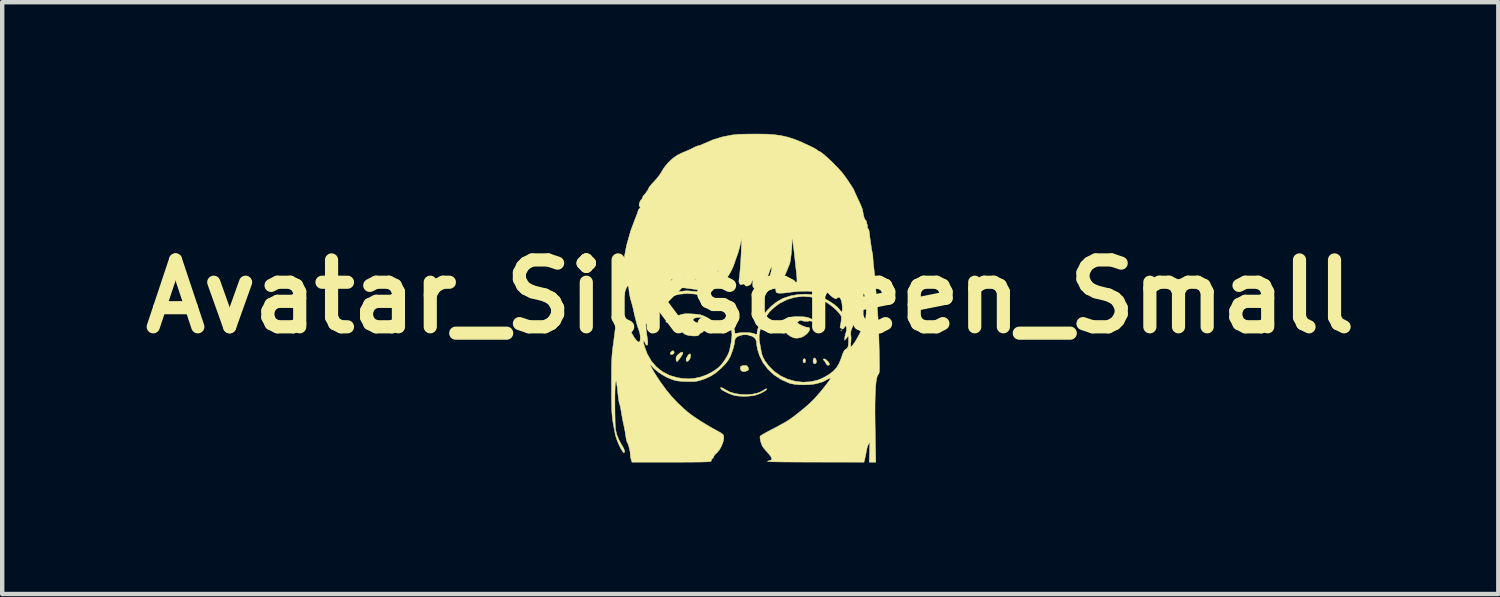
<source format=kicad_pcb>
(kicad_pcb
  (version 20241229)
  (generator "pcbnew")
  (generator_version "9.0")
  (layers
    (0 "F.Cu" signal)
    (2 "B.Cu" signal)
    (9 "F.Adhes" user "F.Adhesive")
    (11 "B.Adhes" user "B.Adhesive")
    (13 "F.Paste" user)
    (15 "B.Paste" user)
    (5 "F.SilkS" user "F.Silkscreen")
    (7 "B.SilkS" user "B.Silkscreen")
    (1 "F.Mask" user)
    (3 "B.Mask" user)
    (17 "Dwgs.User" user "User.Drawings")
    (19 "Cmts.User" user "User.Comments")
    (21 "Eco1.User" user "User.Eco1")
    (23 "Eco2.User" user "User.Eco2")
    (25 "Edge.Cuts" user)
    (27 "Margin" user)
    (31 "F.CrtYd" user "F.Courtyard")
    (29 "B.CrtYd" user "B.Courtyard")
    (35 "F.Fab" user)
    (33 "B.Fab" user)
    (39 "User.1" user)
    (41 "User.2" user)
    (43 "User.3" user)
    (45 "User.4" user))
  (footprint "Avatar_Silkscreen_Small"
    (layer "F.Cu")
    (at 14.05 3.709)
    (property "Reference" "Avatar_Silkscreen_Small" (at 0 0 0) (layer "F.SilkS") (effects (font (size 1.524 1.524) (thickness 0.3))))
    (attr through_hole)
    (fp_poly (pts (xy 2.081 0.767) (xy 2.073 0.776) (xy 2.064 0.767) (xy 2.073 0.758) (xy 2.081 0.767)) (stroke (width 0.01) (type solid)) (fill yes) (layer "F.SilkS"))
    (fp_poly (pts (xy 1.239 1.416) (xy 1.256 1.437) (xy 1.261 1.464) (xy 1.252 1.499) (xy 1.232 1.514) (xy 1.212 1.502) (xy 1.206 1.492) (xy 1.202 1.455) (xy 1.214 1.424) (xy 1.236 1.415) (xy 1.239 1.416)) (stroke (width 0.01) (type solid)) (fill yes) (layer "F.SilkS"))
    (fp_poly (pts (xy -1.742 1.249) (xy -1.734 1.263) (xy -1.738 1.293) (xy -1.762 1.315) (xy -1.795 1.323) (xy -1.823 1.31) (xy -1.825 1.307) (xy -1.821 1.284) (xy -1.8 1.256) (xy -1.772 1.237) (xy -1.762 1.235) (xy -1.742 1.249)) (stroke (width 0.01) (type solid)) (fill yes) (layer "F.SilkS"))
    (fp_poly (pts (xy 1.48 1.407) (xy 1.499 1.437) (xy 1.509 1.476) (xy 1.506 1.508) (xy 1.483 1.531) (xy 1.453 1.53) (xy 1.436 1.509) (xy 1.43 1.467) (xy 1.438 1.425) (xy 1.456 1.399) (xy 1.46 1.398) (xy 1.48 1.407)) (stroke (width 0.01) (type solid)) (fill yes) (layer "F.SilkS"))
    (fp_poly (pts (xy -1.361 1.32) (xy -1.359 1.355) (xy -1.368 1.399) (xy -1.387 1.438) (xy -1.419 1.473) (xy -1.446 1.479) (xy -1.462 1.458) (xy -1.464 1.44) (xy -1.454 1.401) (xy -1.431 1.358) (xy -1.402 1.321) (xy -1.376 1.305) (xy -1.375 1.305) (xy -1.361 1.32)) (stroke (width 0.01) (type solid)) (fill yes) (layer "F.SilkS"))
    (fp_poly (pts (xy 0.758 0.556) (xy 0.752 0.577) (xy 0.728 0.594) (xy 0.728 0.594) (xy 0.689 0.615) (xy 0.666 0.632) (xy 0.642 0.648) (xy 0.635 0.647) (xy 0.647 0.627) (xy 0.676 0.596) (xy 0.71 0.566) (xy 0.736 0.548) (xy 0.742 0.547) (xy 0.758 0.556)) (stroke (width 0.01) (type solid)) (fill yes) (layer "F.SilkS"))
    (fp_poly (pts (xy 1.7 1.423) (xy 1.735 1.446) (xy 1.77 1.48) (xy 1.797 1.515) (xy 1.805 1.543) (xy 1.805 1.546) (xy 1.784 1.568) (xy 1.755 1.562) (xy 1.728 1.53) (xy 1.724 1.521) (xy 1.7 1.479) (xy 1.678 1.453) (xy 1.662 1.434) (xy 1.675 1.421) (xy 1.7 1.423)) (stroke (width 0.01) (type solid)) (fill yes) (layer "F.SilkS"))
    (fp_poly (pts (xy -1.535 1.284) (xy -1.535 1.287) (xy -1.544 1.313) (xy -1.568 1.355) (xy -1.6 1.403) (xy -1.633 1.446) (xy -1.66 1.475) (xy -1.671 1.481) (xy -1.687 1.466) (xy -1.693 1.423) (xy -1.693 1.421) (xy -1.687 1.376) (xy -1.662 1.338) (xy -1.629 1.307) (xy -1.579 1.273) (xy -1.547 1.265) (xy -1.535 1.284)) (stroke (width 0.01) (type solid)) (fill yes) (layer "F.SilkS"))
    (fp_poly (pts (xy -0.069 1.583) (xy -0.051 1.611) (xy -0.049 1.615) (xy -0.037 1.651) (xy -0.047 1.675) (xy -0.061 1.686) (xy -0.11 1.707) (xy -0.163 1.709) (xy -0.205 1.692) (xy -0.211 1.685) (xy -0.226 1.648) (xy -0.226 1.619) (xy -0.217 1.593) (xy -0.191 1.579) (xy -0.146 1.573) (xy -0.096 1.572) (xy -0.069 1.583)) (stroke (width 0.01) (type solid)) (fill yes) (layer "F.SilkS"))
    (fp_poly (pts (xy -0.648 2.078) (xy -0.606 2.098) (xy -0.565 2.123) (xy -0.468 2.174) (xy -0.352 2.21) (xy -0.223 2.23) (xy -0.089 2.236) (xy 0.041 2.226) (xy 0.16 2.202) (xy 0.261 2.162) (xy 0.321 2.122) (xy 0.354 2.104) (xy 0.374 2.103) (xy 0.376 2.115) (xy 0.352 2.137) (xy 0.309 2.165) (xy 0.253 2.195) (xy 0.191 2.223) (xy 0.143 2.241) (xy 0.064 2.259) (xy -0.038 2.27) (xy -0.149 2.274) (xy -0.258 2.269) (xy -0.345 2.257) (xy -0.407 2.24) (xy -0.481 2.212) (xy -0.554 2.178) (xy -0.617 2.144) (xy -0.657 2.115) (xy -0.657 2.114) (xy -0.678 2.086) (xy -0.674 2.074) (xy -0.648 2.078)) (stroke (width 0.01) (type solid)) (fill yes) (layer "F.SilkS"))
    (fp_poly (pts (xy 1.17 0.459) (xy 1.244 0.465) (xy 1.3 0.474) (xy 1.313 0.478) (xy 1.441 0.53) (xy 1.544 0.574) (xy 1.618 0.61) (xy 1.663 0.637) (xy 1.676 0.652) (xy 1.662 0.668) (xy 1.632 0.668) (xy 1.6 0.655) (xy 1.587 0.644) (xy 1.559 0.621) (xy 1.545 0.617) (xy 1.517 0.61) (xy 1.472 0.592) (xy 1.448 0.581) (xy 1.394 0.56) (xy 1.352 0.555) (xy 1.343 0.557) (xy 1.303 0.565) (xy 1.251 0.565) (xy 1.203 0.558) (xy 1.175 0.547) (xy 1.149 0.542) (xy 1.113 0.554) (xy 1.084 0.575) (xy 1.076 0.592) (xy 1.091 0.613) (xy 1.13 0.638) (xy 1.182 0.664) (xy 1.237 0.686) (xy 1.285 0.7) (xy 1.309 0.701) (xy 1.342 0.707) (xy 1.355 0.738) (xy 1.355 0.738) (xy 1.345 0.779) (xy 1.312 0.826) (xy 1.262 0.873) (xy 1.203 0.912) (xy 1.153 0.933) (xy 1.071 0.949) (xy 1.002 0.943) (xy 0.926 0.913) (xy 0.922 0.911) (xy 0.851 0.861) (xy 0.795 0.797) (xy 0.759 0.726) (xy 0.746 0.656) (xy 0.76 0.596) (xy 0.79 0.553) (xy 0.829 0.511) (xy 0.867 0.482) (xy 0.887 0.475) (xy 0.92 0.47) (xy 0.953 0.465) (xy 1.012 0.458) (xy 1.088 0.457) (xy 1.17 0.459)) (stroke (width 0.01) (type solid)) (fill yes) (layer "F.SilkS"))
    (fp_poly (pts (xy -1.36 0.394) (xy -1.32 0.396) (xy -1.227 0.403) (xy -1.158 0.412) (xy -1.102 0.427) (xy -1.048 0.448) (xy -1.025 0.459) (xy -0.971 0.488) (xy -0.932 0.513) (xy -0.917 0.529) (xy -0.917 0.529) (xy -0.903 0.545) (xy -0.893 0.547) (xy -0.861 0.559) (xy -0.839 0.587) (xy -0.837 0.616) (xy -0.838 0.618) (xy -0.858 0.625) (xy -0.888 0.605) (xy -0.94 0.567) (xy -1.011 0.525) (xy -1.067 0.496) (xy -1.121 0.479) (xy -1.182 0.474) (xy -1.239 0.482) (xy -1.284 0.499) (xy -1.305 0.525) (xy -1.305 0.531) (xy -1.29 0.557) (xy -1.249 0.583) (xy -1.196 0.605) (xy -1.139 0.619) (xy -1.09 0.622) (xy -1.063 0.614) (xy -1.035 0.603) (xy -1.019 0.621) (xy -1.017 0.664) (xy -1.022 0.694) (xy -1.045 0.756) (xy -1.077 0.803) (xy -1.112 0.828) (xy -1.122 0.829) (xy -1.148 0.843) (xy -1.164 0.864) (xy -1.179 0.883) (xy -1.205 0.894) (xy -1.25 0.898) (xy -1.301 0.898) (xy -1.404 0.888) (xy -1.482 0.864) (xy -1.484 0.863) (xy -1.543 0.818) (xy -1.598 0.742) (xy -1.605 0.73) (xy -1.638 0.663) (xy -1.651 0.611) (xy -1.645 0.562) (xy -1.632 0.525) (xy -1.631 0.5) (xy -1.658 0.495) (xy -1.711 0.512) (xy -1.788 0.547) (xy -1.857 0.578) (xy -1.901 0.588) (xy -1.921 0.578) (xy -1.923 0.568) (xy -1.908 0.548) (xy -1.864 0.522) (xy -1.789 0.489) (xy -1.681 0.448) (xy -1.676 0.446) (xy -1.6 0.419) (xy -1.542 0.402) (xy -1.491 0.393) (xy -1.434 0.391) (xy -1.36 0.394)) (stroke (width 0.01) (type solid)) (fill yes) (layer "F.SilkS"))
    (fp_poly (pts (xy 0.385 -3.701) (xy 0.553 -3.689) (xy 0.707 -3.667) (xy 0.854 -3.634) (xy 1.003 -3.586) (xy 1.162 -3.522) (xy 1.34 -3.44) (xy 1.389 -3.416) (xy 1.453 -3.384) (xy 1.502 -3.356) (xy 1.531 -3.337) (xy 1.535 -3.332) (xy 1.549 -3.319) (xy 1.574 -3.309) (xy 1.607 -3.291) (xy 1.659 -3.252) (xy 1.725 -3.196) (xy 1.799 -3.128) (xy 1.878 -3.053) (xy 1.955 -2.975) (xy 2.027 -2.9) (xy 2.088 -2.832) (xy 2.123 -2.788) (xy 2.16 -2.737) (xy 2.204 -2.675) (xy 2.25 -2.607) (xy 2.293 -2.542) (xy 2.33 -2.485) (xy 2.355 -2.444) (xy 2.364 -2.425) (xy 2.371 -2.407) (xy 2.39 -2.364) (xy 2.418 -2.302) (xy 2.444 -2.245) (xy 2.487 -2.155) (xy 2.517 -2.089) (xy 2.537 -2.041) (xy 2.551 -2.002) (xy 2.56 -1.966) (xy 2.569 -1.924) (xy 2.576 -1.882) (xy 2.595 -1.8) (xy 2.618 -1.752) (xy 2.629 -1.742) (xy 2.65 -1.716) (xy 2.651 -1.699) (xy 2.653 -1.666) (xy 2.662 -1.651) (xy 2.673 -1.616) (xy 2.67 -1.597) (xy 2.671 -1.564) (xy 2.681 -1.552) (xy 2.7 -1.525) (xy 2.71 -1.488) (xy 2.719 -1.412) (xy 2.73 -1.325) (xy 2.743 -1.234) (xy 2.756 -1.146) (xy 2.768 -1.069) (xy 2.779 -1.01) (xy 2.786 -0.975) (xy 2.788 -0.97) (xy 2.791 -0.949) (xy 2.795 -0.904) (xy 2.798 -0.855) (xy 2.803 -0.786) (xy 2.809 -0.72) (xy 2.813 -0.688) (xy 2.82 -0.628) (xy 2.827 -0.561) (xy 2.835 -0.481) (xy 2.844 -0.383) (xy 2.854 -0.261) (xy 2.865 -0.123) (xy 2.881 0.073) (xy 2.894 0.241) (xy 2.905 0.388) (xy 2.914 0.519) (xy 2.92 0.641) (xy 2.926 0.761) (xy 2.93 0.886) (xy 2.934 1.022) (xy 2.938 1.176) (xy 2.939 1.21) (xy 2.942 1.361) (xy 2.944 1.481) (xy 2.945 1.573) (xy 2.945 1.642) (xy 2.943 1.692) (xy 2.94 1.726) (xy 2.934 1.748) (xy 2.927 1.763) (xy 2.918 1.774) (xy 2.917 1.775) (xy 2.897 1.81) (xy 2.88 1.872) (xy 2.866 1.963) (xy 2.856 2.083) (xy 2.849 2.233) (xy 2.844 2.414) (xy 2.843 2.628) (xy 2.845 2.875) (xy 2.848 3.054) (xy 2.861 3.775) (xy 2.712 3.775) (xy 2.72 3.524) (xy 2.722 3.423) (xy 2.722 3.355) (xy 2.72 3.321) (xy 2.714 3.318) (xy 2.711 3.325) (xy 2.695 3.368) (xy 2.68 3.395) (xy 2.67 3.421) (xy 2.658 3.47) (xy 2.646 3.528) (xy 2.633 3.6) (xy 2.618 3.669) (xy 2.609 3.709) (xy 2.592 3.775) (xy 1.459 3.773) (xy 1.225 3.773) (xy 1.024 3.772) (xy 0.854 3.771) (xy 0.715 3.77) (xy 0.603 3.768) (xy 0.517 3.766) (xy 0.455 3.764) (xy 0.414 3.761) (xy 0.395 3.757) (xy 0.393 3.753) (xy 0.4 3.751) (xy 0.448 3.736) (xy 0.48 3.722) (xy 0.485 3.719) (xy 0.491 3.691) (xy 0.469 3.645) (xy 0.419 3.581) (xy 0.387 3.546) (xy 0.339 3.492) (xy 0.298 3.441) (xy 0.273 3.403) (xy 0.273 3.403) (xy 0.251 3.349) (xy 0.233 3.288) (xy 0.223 3.231) (xy 0.223 3.19) (xy 0.226 3.182) (xy 0.245 3.167) (xy 0.29 3.139) (xy 0.355 3.102) (xy 0.433 3.06) (xy 0.467 3.042) (xy 0.56 2.994) (xy 0.652 2.945) (xy 0.732 2.901) (xy 0.793 2.867) (xy 0.803 2.862) (xy 0.891 2.806) (xy 0.996 2.731) (xy 1.109 2.643) (xy 1.224 2.549) (xy 1.331 2.456) (xy 1.419 2.372) (xy 1.474 2.316) (xy 1.535 2.247) (xy 1.599 2.173) (xy 1.662 2.096) (xy 1.72 2.022) (xy 1.77 1.957) (xy 1.807 1.904) (xy 1.827 1.87) (xy 1.829 1.858) (xy 1.81 1.861) (xy 1.771 1.879) (xy 1.735 1.899) (xy 1.684 1.927) (xy 1.644 1.946) (xy 1.629 1.951) (xy 1.598 1.959) (xy 1.553 1.972) (xy 1.548 1.974) (xy 1.459 1.995) (xy 1.349 2.007) (xy 1.227 2.012) (xy 1.105 2.009) (xy 0.994 1.997) (xy 0.904 1.978) (xy 0.891 1.974) (xy 0.705 1.891) (xy 0.543 1.785) (xy 0.404 1.657) (xy 0.293 1.51) (xy 0.211 1.347) (xy 0.168 1.209) (xy 0.154 1.139) (xy 0.144 1.073) (xy 0.141 1.032) (xy 0.125 0.975) (xy 0.081 0.927) (xy 0.015 0.893) (xy -0.041 0.879) (xy 0.203 0.879) (xy 0.204 0.996) (xy 0.21 1.03) (xy 0.224 1.1) (xy 0.239 1.183) (xy 0.246 1.229) (xy 0.265 1.318) (xy 0.296 1.398) (xy 0.344 1.48) (xy 0.415 1.574) (xy 0.418 1.578) (xy 0.542 1.704) (xy 0.688 1.806) (xy 0.851 1.882) (xy 1.024 1.931) (xy 1.203 1.952) (xy 1.382 1.941) (xy 1.543 1.903) (xy 1.619 1.872) (xy 1.706 1.829) (xy 1.787 1.781) (xy 1.799 1.773) (xy 1.892 1.702) (xy 1.965 1.623) (xy 2.023 1.528) (xy 2.072 1.41) (xy 2.089 1.358) (xy 2.118 1.278) (xy 2.145 1.228) (xy 2.17 1.205) (xy 2.204 1.183) (xy 2.225 1.154) (xy 2.236 1.109) (xy 2.24 1.041) (xy 2.24 1.014) (xy 2.24 0.891) (xy 2.197 0.944) (xy 2.153 0.997) (xy 2.153 0.95) (xy 2.158 0.905) (xy 2.173 0.847) (xy 2.177 0.833) (xy 2.288 0.833) (xy 2.292 0.877) (xy 2.298 0.938) (xy 2.296 1.01) (xy 2.293 1.038) (xy 2.288 1.092) (xy 2.289 1.129) (xy 2.291 1.139) (xy 2.309 1.134) (xy 2.339 1.102) (xy 2.38 1.045) (xy 2.427 0.967) (xy 2.479 0.872) (xy 2.492 0.847) (xy 2.534 0.762) (xy 2.572 0.677) (xy 2.602 0.604) (xy 2.617 0.562) (xy 2.633 0.479) (xy 2.643 0.375) (xy 2.646 0.262) (xy 2.642 0.151) (xy 2.631 0.055) (xy 2.62 0.007) (xy 2.599 -0.045) (xy 2.57 -0.094) (xy 2.539 -0.134) (xy 2.512 -0.157) (xy 2.497 -0.156) (xy 2.492 -0.137) (xy 2.485 -0.089) (xy 2.477 -0.02) (xy 2.469 0.062) (xy 2.469 0.063) (xy 2.451 0.211) (xy 2.425 0.362) (xy 2.392 0.504) (xy 2.355 0.628) (xy 2.321 0.715) (xy 2.296 0.781) (xy 2.288 0.833) (xy 2.177 0.833) (xy 2.179 0.827) (xy 2.194 0.767) (xy 2.196 0.715) (xy 2.186 0.68) (xy 2.17 0.67) (xy 2.153 0.685) (xy 2.143 0.706) (xy 2.125 0.731) (xy 2.101 0.741) (xy 2.083 0.732) (xy 2.081 0.722) (xy 2.071 0.712) (xy 2.064 0.714) (xy 2.052 0.719) (xy 2.047 0.709) (xy 2.05 0.679) (xy 2.06 0.623) (xy 2.066 0.595) (xy 2.075 0.532) (xy 2.078 0.477) (xy 2.075 0.453) (xy 2.054 0.413) (xy 2.01 0.359) (xy 1.951 0.298) (xy 1.882 0.237) (xy 1.812 0.181) (xy 1.746 0.137) (xy 1.738 0.132) (xy 1.562 0.054) (xy 1.38 0.009) (xy 1.197 -0.004) (xy 1.015 0.017) (xy 0.838 0.069) (xy 0.672 0.154) (xy 0.638 0.177) (xy 0.566 0.231) (xy 0.496 0.292) (xy 0.439 0.348) (xy 0.428 0.361) (xy 0.342 0.484) (xy 0.275 0.616) (xy 0.228 0.75) (xy 0.203 0.879) (xy -0.041 0.879) (xy -0.065 0.873) (xy -0.153 0.871) (xy -0.215 0.883) (xy -0.293 0.912) (xy -0.338 0.952) (xy -0.353 1.001) (xy -0.36 1.064) (xy -0.379 1.148) (xy -0.408 1.241) (xy -0.442 1.332) (xy -0.46 1.374) (xy -0.504 1.452) (xy -0.565 1.531) (xy -0.649 1.619) (xy -0.651 1.621) (xy -0.773 1.729) (xy -0.895 1.81) (xy -1.029 1.873) (xy -1.126 1.905) (xy -1.188 1.923) (xy -1.244 1.933) (xy -1.306 1.938) (xy -1.382 1.939) (xy -1.47 1.936) (xy -1.568 1.932) (xy -1.642 1.925) (xy -1.702 1.914) (xy -1.761 1.897) (xy -1.828 1.872) (xy -1.924 1.828) (xy -2.023 1.77) (xy -2.115 1.707) (xy -2.191 1.643) (xy -2.237 1.593) (xy -2.265 1.56) (xy -2.276 1.553) (xy -2.273 1.57) (xy -2.258 1.607) (xy -2.23 1.659) (xy -2.193 1.723) (xy -2.175 1.753) (xy -2.044 1.953) (xy -1.917 2.127) (xy -1.789 2.283) (xy -1.651 2.428) (xy -1.499 2.57) (xy -1.429 2.631) (xy -1.355 2.688) (xy -1.257 2.757) (xy -1.143 2.832) (xy -1.018 2.909) (xy -0.892 2.984) (xy -0.771 3.051) (xy -0.727 3.074) (xy -0.656 3.116) (xy -0.616 3.152) (xy -0.605 3.173) (xy -0.603 3.239) (xy -0.621 3.32) (xy -0.655 3.407) (xy -0.702 3.49) (xy -0.756 3.558) (xy -0.783 3.582) (xy -0.815 3.613) (xy -0.829 3.64) (xy -0.829 3.641) (xy -0.841 3.669) (xy -0.865 3.696) (xy -0.888 3.727) (xy -0.892 3.752) (xy -0.895 3.757) (xy -0.912 3.761) (xy -0.944 3.765) (xy -0.993 3.768) (xy -1.064 3.77) (xy -1.157 3.772) (xy -1.276 3.773) (xy -1.422 3.774) (xy -1.6 3.775) (xy -1.789 3.775) (xy -2.695 3.775) (xy -2.715 3.719) (xy -2.728 3.661) (xy -2.734 3.6) (xy -2.739 3.543) (xy -2.752 3.474) (xy -2.77 3.406) (xy -2.789 3.352) (xy -2.803 3.326) (xy -2.815 3.299) (xy -2.827 3.246) (xy -2.838 3.18) (xy -2.84 3.168) (xy -2.852 3.085) (xy -2.868 2.998) (xy -2.882 2.932) (xy -2.896 2.87) (xy -2.913 2.786) (xy -2.929 2.694) (xy -2.937 2.646) (xy -2.95 2.569) (xy -2.963 2.503) (xy -2.974 2.458) (xy -2.98 2.444) (xy -2.988 2.419) (xy -2.997 2.368) (xy -3.007 2.298) (xy -3.015 2.231) (xy -3.024 2.145) (xy -3.033 2.066) (xy -3.041 2.004) (xy -3.046 1.976) (xy -3.056 1.914) (xy -3.071 1.965) (xy -3.076 2.001) (xy -3.08 2.067) (xy -3.083 2.156) (xy -3.085 2.263) (xy -3.085 2.382) (xy -3.085 2.507) (xy -3.084 2.631) (xy -3.082 2.75) (xy -3.08 2.858) (xy -3.076 2.948) (xy -3.071 3.015) (xy -3.067 3.045) (xy -3.041 3.15) (xy -2.999 3.256) (xy -2.937 3.372) (xy -2.915 3.408) (xy -2.877 3.479) (xy -2.864 3.527) (xy -2.865 3.54) (xy -2.876 3.561) (xy -2.89 3.554) (xy -2.904 3.537) (xy -2.95 3.464) (xy -2.996 3.37) (xy -3.038 3.268) (xy -3.069 3.172) (xy -3.077 3.137) (xy -3.099 3.027) (xy -3.117 2.932) (xy -3.131 2.848) (xy -3.142 2.769) (xy -3.15 2.69) (xy -3.156 2.604) (xy -3.159 2.506) (xy -3.162 2.391) (xy -3.163 2.254) (xy -3.163 2.088) (xy -3.163 2.037) (xy -3.164 1.867) (xy -3.163 1.726) (xy -3.162 1.609) (xy -3.16 1.51) (xy -3.156 1.424) (xy -3.151 1.345) (xy -3.144 1.267) (xy -3.135 1.185) (xy -3.123 1.093) (xy -3.115 1.032) (xy -3.098 0.902) (xy -3.081 0.765) (xy -3.065 0.632) (xy -3.052 0.513) (xy -3.042 0.423) (xy -3.023 0.229) (xy -3.022 0.216) (xy -2.89 0.216) (xy -2.889 0.277) (xy -2.882 0.475) (xy -2.766 0.711) (xy -2.701 0.837) (xy -2.644 0.932) (xy -2.596 0.998) (xy -2.557 1.033) (xy -2.529 1.037) (xy -2.522 1.026) (xy -2.435 1.026) (xy -2.428 1.072) (xy -2.416 1.121) (xy -2.35 1.304) (xy -2.258 1.465) (xy -2.142 1.601) (xy -2.002 1.712) (xy -1.842 1.795) (xy -1.662 1.849) (xy -1.535 1.868) (xy -1.402 1.875) (xy -1.281 1.866) (xy -1.154 1.839) (xy -1.102 1.825) (xy -0.978 1.777) (xy -0.854 1.712) (xy -0.744 1.636) (xy -0.705 1.602) (xy -0.646 1.538) (xy -0.587 1.458) (xy -0.534 1.372) (xy -0.493 1.291) (xy -0.471 1.226) (xy -0.463 1.182) (xy -0.449 1.118) (xy -0.435 1.046) (xy -0.434 1.043) (xy -0.416 0.873) (xy -0.433 0.702) (xy -0.485 0.532) (xy -0.542 0.412) (xy -0.594 0.338) (xy -0.666 0.256) (xy -0.751 0.175) (xy -0.838 0.105) (xy -0.913 0.056) (xy -1.083 -0.015) (xy -1.261 -0.057) (xy -1.442 -0.069) (xy -1.622 -0.052) (xy -1.795 -0.006) (xy -1.956 0.067) (xy -2.101 0.167) (xy -2.145 0.208) (xy -2.253 0.313) (xy -2.265 0.478) (xy -2.271 0.599) (xy -2.267 0.692) (xy -2.254 0.76) (xy -2.239 0.795) (xy -2.231 0.826) (xy -2.242 0.836) (xy -2.266 0.823) (xy -2.282 0.803) (xy -2.304 0.759) (xy -2.326 0.7) (xy -2.332 0.68) (xy -2.347 0.633) (xy -2.362 0.604) (xy -2.367 0.6) (xy -2.378 0.617) (xy -2.38 0.666) (xy -2.374 0.745) (xy -2.36 0.852) (xy -2.354 0.894) (xy -2.34 0.989) (xy -2.335 1.055) (xy -2.339 1.094) (xy -2.352 1.11) (xy -2.359 1.111) (xy -2.375 1.097) (xy -2.395 1.062) (xy -2.396 1.058) (xy -2.418 1.016) (xy -2.431 1.006) (xy -2.435 1.026) (xy -2.522 1.026) (xy -2.511 1.009) (xy -2.505 0.948) (xy -2.505 0.946) (xy -2.51 0.878) (xy -2.522 0.813) (xy -2.53 0.789) (xy -2.555 0.721) (xy -2.584 0.628) (xy -2.612 0.522) (xy -2.639 0.411) (xy -2.655 0.339) (xy -2.674 0.255) (xy -2.694 0.177) (xy -2.258 0.177) (xy -2.258 0.233) (xy -2.155 0.139) (xy -2.008 0.027) (xy -1.842 -0.056) (xy -1.661 -0.109) (xy -1.467 -0.131) (xy -1.429 -0.131) (xy -1.23 -0.114) (xy -1.045 -0.066) (xy -0.876 0.012) (xy -0.726 0.117) (xy -0.596 0.248) (xy -0.49 0.402) (xy -0.411 0.577) (xy -0.38 0.678) (xy -0.365 0.74) (xy -0.355 0.792) (xy -0.353 0.816) (xy -0.348 0.838) (xy -0.327 0.842) (xy -0.295 0.835) (xy -0.241 0.826) (xy -0.17 0.822) (xy -0.091 0.822) (xy -0.016 0.825) (xy 0.044 0.833) (xy 0.079 0.843) (xy 0.125 0.862) (xy 0.152 0.857) (xy 0.156 0.833) (xy 0.159 0.792) (xy 0.175 0.728) (xy 0.199 0.651) (xy 0.229 0.571) (xy 0.262 0.496) (xy 0.292 0.441) (xy 0.378 0.324) (xy 0.488 0.213) (xy 0.61 0.118) (xy 0.736 0.046) (xy 0.752 0.039) (xy 0.913 -0.014) (xy 1.086 -0.046) (xy 1.262 -0.055) (xy 1.429 -0.041) (xy 1.506 -0.025) (xy 1.604 0.008) (xy 1.708 0.055) (xy 1.811 0.112) (xy 1.905 0.175) (xy 1.983 0.238) (xy 2.037 0.296) (xy 2.047 0.313) (xy 2.072 0.346) (xy 2.088 0.346) (xy 2.097 0.312) (xy 2.099 0.26) (xy 2.093 0.176) (xy 2.079 0.103) (xy 2.059 0.049) (xy 2.034 0.018) (xy 2.017 0.015) (xy 1.987 0.027) (xy 1.978 0.037) (xy 1.959 0.052) (xy 1.923 0.042) (xy 1.877 0.014) (xy 1.826 -0.028) (xy 1.774 -0.08) (xy 1.726 -0.136) (xy 1.687 -0.192) (xy 1.663 -0.243) (xy 1.658 -0.273) (xy 1.655 -0.295) (xy 1.645 -0.291) (xy 1.624 -0.265) (xy 1.598 -0.237) (xy 1.578 -0.235) (xy 1.56 -0.248) (xy 1.537 -0.264) (xy 1.535 -0.256) (xy 1.537 -0.247) (xy 1.556 -0.222) (xy 1.595 -0.189) (xy 1.621 -0.17) (xy 1.661 -0.139) (xy 1.681 -0.114) (xy 1.682 -0.105) (xy 1.658 -0.1) (xy 1.609 -0.1) (xy 1.544 -0.105) (xy 1.526 -0.107) (xy 1.307 -0.123) (xy 1.099 -0.119) (xy 0.961 -0.105) (xy 0.833 -0.088) (xy 0.736 -0.078) (xy 0.666 -0.076) (xy 0.62 -0.082) (xy 0.594 -0.097) (xy 0.584 -0.121) (xy 0.584 -0.139) (xy 0.58 -0.176) (xy 0.568 -0.212) (xy 0.554 -0.237) (xy 0.548 -0.235) (xy 0.548 -0.235) (xy 0.532 -0.202) (xy 0.5 -0.172) (xy 0.467 -0.159) (xy 0.45 -0.171) (xy 0.451 -0.182) (xy 0.447 -0.212) (xy 0.423 -0.235) (xy 0.393 -0.24) (xy 0.386 -0.237) (xy 0.376 -0.234) (xy 0.373 -0.243) (xy 0.379 -0.27) (xy 0.381 -0.276) (xy 0.678 -0.276) (xy 0.686 -0.266) (xy 0.718 -0.267) (xy 0.734 -0.269) (xy 0.788 -0.277) (xy 0.86 -0.288) (xy 0.926 -0.299) (xy 0.988 -0.31) (xy 1.009 -0.315) (xy 1.446 -0.315) (xy 1.453 -0.285) (xy 1.467 -0.272) (xy 1.479 -0.283) (xy 1.474 -0.312) (xy 1.466 -0.323) (xy 1.45 -0.331) (xy 1.446 -0.315) (xy 1.009 -0.315) (xy 1.037 -0.322) (xy 1.061 -0.331) (xy 1.062 -0.331) (xy 1.065 -0.353) (xy 1.064 -0.402) (xy 1.059 -0.472) (xy 1.051 -0.556) (xy 1.05 -0.565) (xy 1.038 -0.668) (xy 1.025 -0.792) (xy 1.01 -0.921) (xy 0.997 -1.041) (xy 0.995 -1.054) (xy 0.984 -1.146) (xy 0.974 -1.223) (xy 0.965 -1.28) (xy 0.958 -1.31) (xy 0.955 -1.314) (xy 0.949 -1.291) (xy 0.95 -1.248) (xy 0.95 -1.242) (xy 0.951 -1.192) (xy 0.947 -1.119) (xy 0.94 -1.034) (xy 0.931 -0.945) (xy 0.92 -0.861) (xy 0.909 -0.793) (xy 0.899 -0.747) (xy 0.896 -0.741) (xy 0.887 -0.718) (xy 0.877 -0.696) (xy 0.865 -0.668) (xy 0.848 -0.625) (xy 0.822 -0.561) (xy 0.801 -0.512) (xy 0.773 -0.446) (xy 0.745 -0.388) (xy 0.724 -0.353) (xy 0.69 -0.303) (xy 0.678 -0.276) (xy 0.381 -0.276) (xy 0.394 -0.318) (xy 0.42 -0.39) (xy 0.451 -0.476) (xy 0.465 -0.523) (xy 0.477 -0.576) (xy 0.485 -0.626) (xy 0.489 -0.664) (xy 0.486 -0.681) (xy 0.481 -0.679) (xy 0.47 -0.656) (xy 0.451 -0.607) (xy 0.427 -0.54) (xy 0.408 -0.485) (xy 0.379 -0.405) (xy 0.348 -0.333) (xy 0.32 -0.278) (xy 0.305 -0.257) (xy 0.275 -0.225) (xy 0.257 -0.217) (xy 0.241 -0.231) (xy 0.237 -0.236) (xy 0.22 -0.255) (xy 0.201 -0.255) (xy 0.169 -0.234) (xy 0.161 -0.228) (xy 0.109 -0.199) (xy 0.075 -0.201) (xy 0.057 -0.234) (xy 0.057 -0.291) (xy 0.059 -0.342) (xy 0.054 -0.367) (xy 0.044 -0.365) (xy 0.032 -0.332) (xy 0.03 -0.322) (xy 0.008 -0.279) (xy -0.038 -0.251) (xy -0.079 -0.238) (xy -0.103 -0.243) (xy -0.121 -0.263) (xy -0.144 -0.287) (xy -0.171 -0.282) (xy -0.179 -0.277) (xy -0.215 -0.27) (xy -0.243 -0.292) (xy -0.258 -0.334) (xy -0.257 -0.379) (xy -0.246 -0.452) (xy -0.236 -0.553) (xy -0.226 -0.675) (xy -0.217 -0.809) (xy -0.209 -0.949) (xy -0.205 -1.058) (xy -0.196 -1.332) (xy -0.226 -1.191) (xy -0.246 -1.108) (xy -0.27 -1.023) (xy -0.292 -0.955) (xy -0.293 -0.953) (xy -0.319 -0.883) (xy -0.348 -0.799) (xy -0.37 -0.732) (xy -0.4 -0.657) (xy -0.442 -0.571) (xy -0.49 -0.489) (xy -0.5 -0.474) (xy -0.544 -0.41) (xy -0.576 -0.369) (xy -0.603 -0.346) (xy -0.633 -0.334) (xy -0.668 -0.328) (xy -0.737 -0.321) (xy -0.798 -0.318) (xy -0.844 -0.32) (xy -0.864 -0.326) (xy -0.864 -0.327) (xy -0.856 -0.347) (xy -0.835 -0.38) (xy -0.814 -0.418) (xy -0.815 -0.431) (xy -0.832 -0.421) (xy -0.865 -0.389) (xy -0.882 -0.368) (xy -0.94 -0.295) (xy -0.903 -0.267) (xy -0.871 -0.227) (xy -0.855 -0.191) (xy -0.852 -0.155) (xy -0.871 -0.131) (xy -0.896 -0.117) (xy -0.934 -0.101) (xy -0.957 -0.099) (xy -0.958 -0.1) (xy -0.979 -0.107) (xy -1.026 -0.119) (xy -1.09 -0.133) (xy -1.162 -0.147) (xy -1.234 -0.16) (xy -1.287 -0.168) (xy -1.334 -0.174) (xy -1.403 -0.183) (xy -1.479 -0.194) (xy -1.488 -0.195) (xy -1.598 -0.204) (xy -1.698 -0.202) (xy -1.781 -0.189) (xy -1.844 -0.167) (xy -1.88 -0.136) (xy -1.887 -0.111) (xy -1.897 -0.094) (xy -1.931 -0.095) (xy -1.936 -0.096) (xy -1.972 -0.098) (xy -2.005 -0.082) (xy -2.046 -0.045) (xy -2.086 -0.008) (xy -2.119 0.014) (xy -2.13 0.018) (xy -2.168 0.033) (xy -2.207 0.07) (xy -2.24 0.118) (xy -2.257 0.167) (xy -2.258 0.177) (xy -2.694 0.177) (xy -2.696 0.168) (xy -2.715 0.105) (xy -2.736 0.029) (xy -2.753 -0.059) (xy -2.762 -0.123) (xy -2.769 -0.184) (xy -2.778 -0.228) (xy -2.787 -0.247) (xy -2.787 -0.247) (xy -2.806 -0.231) (xy -2.828 -0.189) (xy -2.85 -0.129) (xy -2.87 -0.06) (xy -2.877 -0.023) (xy -2.885 0.039) (xy -2.889 0.123) (xy -2.89 0.216) (xy -3.022 0.216) (xy -3.007 0.066) (xy -2.992 -0.07) (xy -2.98 -0.182) (xy -2.97 -0.274) (xy -2.964 -0.319) (xy -1.019 -0.319) (xy -1.016 -0.318) (xy -1 -0.33) (xy -0.997 -0.335) (xy -0.992 -0.352) (xy -0.995 -0.353) (xy -1.011 -0.34) (xy -1.014 -0.335) (xy -1.019 -0.319) (xy -2.964 -0.319) (xy -2.961 -0.342) (xy -1.81 -0.342) (xy -1.791 -0.329) (xy -1.764 -0.339) (xy -1.742 -0.361) (xy -1.749 -0.383) (xy -1.778 -0.404) (xy -1.8 -0.391) (xy -1.806 -0.378) (xy -1.81 -0.342) (xy -2.961 -0.342) (xy -2.96 -0.349) (xy -2.952 -0.406) (xy -1.543 -0.406) (xy -1.543 -0.389) (xy -1.537 -0.388) (xy -1.514 -0.4) (xy -1.264 -0.4) (xy -1.262 -0.389) (xy -1.252 -0.388) (xy -1.238 -0.395) (xy -1.241 -0.4) (xy -1.262 -0.402) (xy -1.264 -0.4) (xy -1.514 -0.4) (xy -1.512 -0.401) (xy -1.508 -0.406) (xy -1.509 -0.422) (xy -1.515 -0.423) (xy -1.54 -0.41) (xy -1.543 -0.406) (xy -2.952 -0.406) (xy -2.951 -0.412) (xy -2.943 -0.466) (xy -2.938 -0.494) (xy -2.923 -0.581) (xy -2.923 -0.582) (xy -0.741 -0.582) (xy -0.734 -0.568) (xy -0.729 -0.57) (xy -0.727 -0.591) (xy -0.729 -0.594) (xy -0.74 -0.591) (xy -0.741 -0.582) (xy -2.923 -0.582) (xy -2.906 -0.685) (xy -2.89 -0.789) (xy -2.884 -0.829) (xy -2.819 -1.169) (xy -2.724 -1.503) (xy -2.617 -1.788) (xy -2.59 -1.854) (xy -2.569 -1.91) (xy -2.558 -1.947) (xy -2.558 -1.953) (xy -2.545 -1.985) (xy -2.527 -2.003) (xy -2.507 -2.025) (xy -2.517 -2.049) (xy -2.52 -2.052) (xy -2.534 -2.08) (xy -2.53 -2.119) (xy -2.523 -2.142) (xy -2.505 -2.183) (xy -2.489 -2.204) (xy -2.486 -2.205) (xy -2.47 -2.22) (xy -2.459 -2.249) (xy -2.443 -2.288) (xy -2.428 -2.307) (xy -2.405 -2.329) (xy -2.374 -2.37) (xy -2.343 -2.416) (xy -2.32 -2.457) (xy -2.311 -2.48) (xy -2.299 -2.499) (xy -2.268 -2.538) (xy -2.223 -2.589) (xy -2.186 -2.628) (xy -2.126 -2.696) (xy -2.07 -2.767) (xy -2.027 -2.831) (xy -2.014 -2.856) (xy -1.978 -2.916) (xy -1.926 -2.986) (xy -1.869 -3.052) (xy -1.861 -3.061) (xy -1.762 -3.153) (xy -1.658 -3.224) (xy -1.536 -3.283) (xy -1.497 -3.299) (xy -1.426 -3.329) (xy -1.346 -3.365) (xy -1.302 -3.388) (xy -1.245 -3.415) (xy -1.198 -3.434) (xy -1.173 -3.44) (xy -1.143 -3.447) (xy -1.094 -3.467) (xy -1.053 -3.486) (xy -0.853 -3.572) (xy -0.634 -3.639) (xy -0.408 -3.683) (xy -0.256 -3.698) (xy -0.197 -3.7) (xy -0.112 -3.702) (xy -0.008 -3.703) (xy 0.105 -3.704) (xy 0.194 -3.704) (xy 0.385 -3.701)) (stroke (width 0.01) (type solid)) (fill yes) (layer "F.SilkS")))
  (gr_rect
    (start -3 -3)
    (end 31.1 10.489)
    (stroke (width 0.1) (type default))
    (fill no)
    (layer "Edge.Cuts")))
</source>
